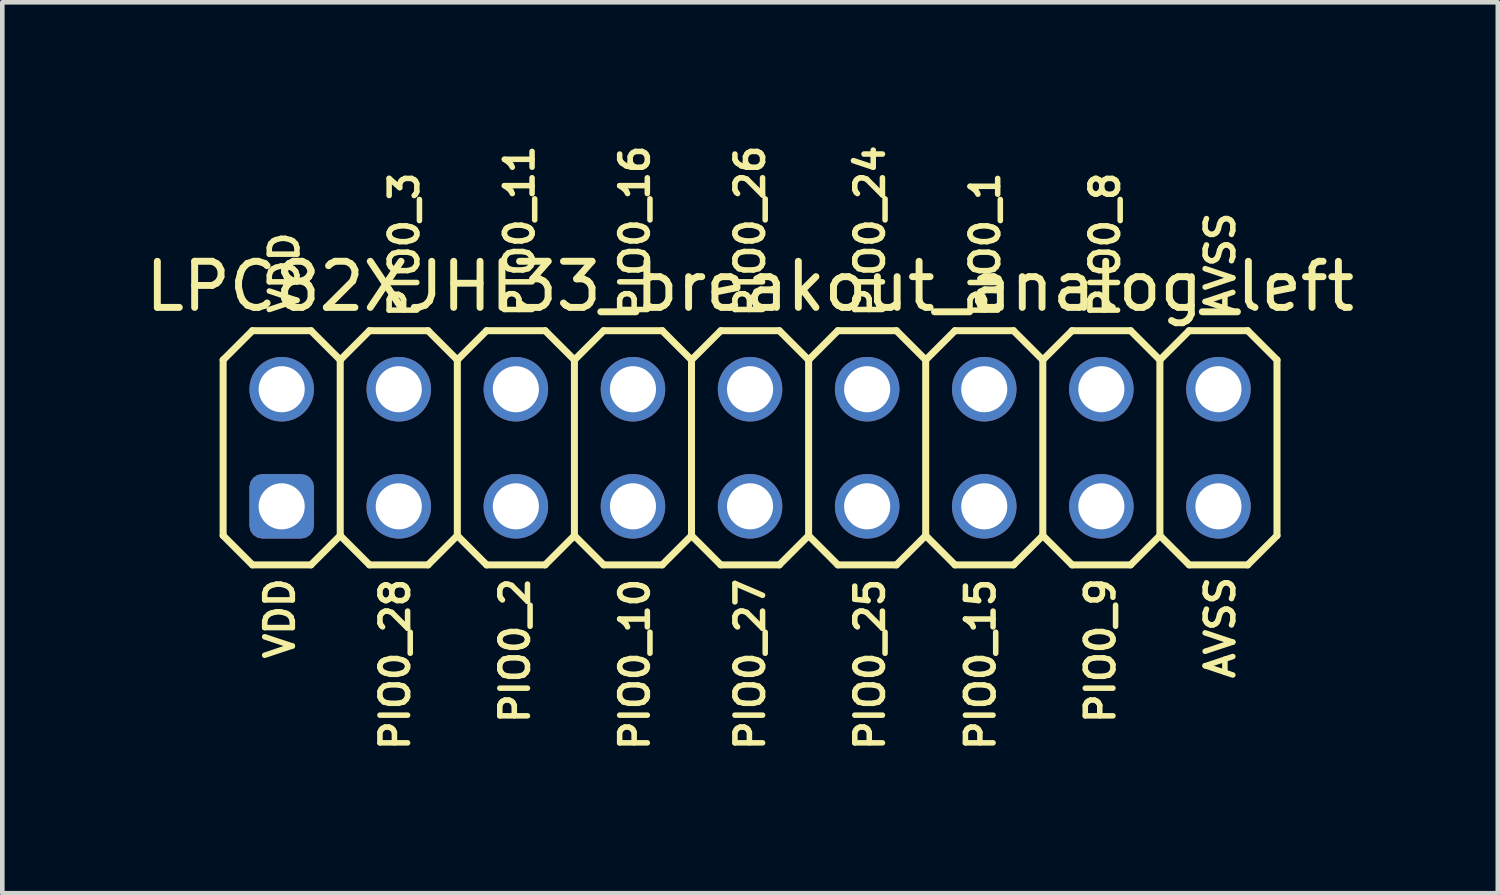
<source format=kicad_pcb>
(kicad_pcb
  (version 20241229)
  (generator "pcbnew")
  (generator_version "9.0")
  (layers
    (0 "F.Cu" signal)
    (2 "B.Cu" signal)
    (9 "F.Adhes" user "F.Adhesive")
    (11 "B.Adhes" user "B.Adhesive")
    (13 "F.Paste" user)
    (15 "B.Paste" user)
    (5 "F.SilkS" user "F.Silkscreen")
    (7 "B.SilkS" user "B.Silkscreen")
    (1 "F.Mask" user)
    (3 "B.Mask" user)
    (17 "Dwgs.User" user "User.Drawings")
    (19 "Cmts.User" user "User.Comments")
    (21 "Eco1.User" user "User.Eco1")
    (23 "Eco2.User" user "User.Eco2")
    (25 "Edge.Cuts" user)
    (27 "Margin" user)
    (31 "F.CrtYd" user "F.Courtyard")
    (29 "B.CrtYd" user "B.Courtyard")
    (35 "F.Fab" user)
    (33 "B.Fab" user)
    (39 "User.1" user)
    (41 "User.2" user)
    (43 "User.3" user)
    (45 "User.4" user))
  (footprint "LPC82XJHI33_breakout_analog_left"
    (layer "F.Cu")
    (at 13.22 6.663)
    (property "Reference" "LPC82XJHI33_breakout_analog_left" (at 0 -3.5 0) (layer "F.SilkS") (effects (font (size 1 1) (thickness 0.15))))
    (attr exclude_from_pos_files exclude_from_bom)
    (fp_line (start -11.43 -1.905) (end -10.795 -2.54) (stroke (width 0.152) (type solid)) (layer "F.SilkS"))
    (fp_line (start -11.43 1.905) (end -11.43 -1.905) (stroke (width 0.152) (type solid)) (layer "F.SilkS"))
    (fp_line (start -11.43 1.905) (end -10.795 2.54) (stroke (width 0.152) (type solid)) (layer "F.SilkS"))
    (fp_line (start -10.795 -2.54) (end -9.525 -2.54) (stroke (width 0.152) (type solid)) (layer "F.SilkS"))
    (fp_line (start -10.795 2.54) (end -9.525 2.54) (stroke (width 0.152) (type solid)) (layer "F.SilkS"))
    (fp_line (start -9.525 -2.54) (end -8.89 -1.905) (stroke (width 0.152) (type solid)) (layer "F.SilkS"))
    (fp_line (start -9.525 2.54) (end -8.89 1.905) (stroke (width 0.152) (type solid)) (layer "F.SilkS"))
    (fp_line (start -8.89 -1.905) (end -8.89 1.905) (stroke (width 0.152) (type solid)) (layer "F.SilkS"))
    (fp_line (start -8.89 -1.905) (end -8.255 -2.54) (stroke (width 0.152) (type solid)) (layer "F.SilkS"))
    (fp_line (start -8.89 1.905) (end -8.255 2.54) (stroke (width 0.152) (type solid)) (layer "F.SilkS"))
    (fp_line (start -8.255 -2.54) (end -6.985 -2.54) (stroke (width 0.152) (type solid)) (layer "F.SilkS"))
    (fp_line (start -8.255 2.54) (end -6.985 2.54) (stroke (width 0.152) (type solid)) (layer "F.SilkS"))
    (fp_line (start -6.985 -2.54) (end -6.35 -1.905) (stroke (width 0.152) (type solid)) (layer "F.SilkS"))
    (fp_line (start -6.985 2.54) (end -6.35 1.905) (stroke (width 0.152) (type solid)) (layer "F.SilkS"))
    (fp_line (start -6.35 -1.905) (end -6.35 1.905) (stroke (width 0.152) (type solid)) (layer "F.SilkS"))
    (fp_line (start -6.35 -1.905) (end -5.715 -2.54) (stroke (width 0.152) (type solid)) (layer "F.SilkS"))
    (fp_line (start -6.35 1.905) (end -5.715 2.54) (stroke (width 0.152) (type solid)) (layer "F.SilkS"))
    (fp_line (start -5.715 -2.54) (end -4.445 -2.54) (stroke (width 0.152) (type solid)) (layer "F.SilkS"))
    (fp_line (start -5.715 2.54) (end -4.445 2.54) (stroke (width 0.152) (type solid)) (layer "F.SilkS"))
    (fp_line (start -4.445 -2.54) (end -3.81 -1.905) (stroke (width 0.152) (type solid)) (layer "F.SilkS"))
    (fp_line (start -4.445 2.54) (end -3.81 1.905) (stroke (width 0.152) (type solid)) (layer "F.SilkS"))
    (fp_line (start -3.81 -1.905) (end -3.81 1.905) (stroke (width 0.152) (type solid)) (layer "F.SilkS"))
    (fp_line (start -3.81 -1.905) (end -3.175 -2.54) (stroke (width 0.152) (type solid)) (layer "F.SilkS"))
    (fp_line (start -3.81 1.905) (end -3.175 2.54) (stroke (width 0.152) (type solid)) (layer "F.SilkS"))
    (fp_line (start -3.175 -2.54) (end -1.905 -2.54) (stroke (width 0.152) (type solid)) (layer "F.SilkS"))
    (fp_line (start -3.175 2.54) (end -1.905 2.54) (stroke (width 0.152) (type solid)) (layer "F.SilkS"))
    (fp_line (start -1.905 -2.54) (end -1.27 -1.905) (stroke (width 0.152) (type solid)) (layer "F.SilkS"))
    (fp_line (start -1.905 2.54) (end -1.27 1.905) (stroke (width 0.152) (type solid)) (layer "F.SilkS"))
    (fp_line (start -1.27 -1.905) (end -1.27 1.905) (stroke (width 0.152) (type solid)) (layer "F.SilkS"))
    (fp_line (start -1.27 -1.905) (end -0.635 -2.54) (stroke (width 0.152) (type solid)) (layer "F.SilkS"))
    (fp_line (start -1.27 1.905) (end -0.635 2.54) (stroke (width 0.152) (type solid)) (layer "F.SilkS"))
    (fp_line (start -0.635 -2.54) (end 0.635 -2.54) (stroke (width 0.152) (type solid)) (layer "F.SilkS"))
    (fp_line (start -0.635 2.54) (end 0.635 2.54) (stroke (width 0.152) (type solid)) (layer "F.SilkS"))
    (fp_line (start 0.635 -2.54) (end 1.27 -1.905) (stroke (width 0.152) (type solid)) (layer "F.SilkS"))
    (fp_line (start 0.635 2.54) (end 1.27 1.905) (stroke (width 0.152) (type solid)) (layer "F.SilkS"))
    (fp_line (start 1.27 -1.905) (end 1.27 1.905) (stroke (width 0.152) (type solid)) (layer "F.SilkS"))
    (fp_line (start 1.27 -1.905) (end 1.905 -2.54) (stroke (width 0.152) (type solid)) (layer "F.SilkS"))
    (fp_line (start 1.27 1.905) (end 1.905 2.54) (stroke (width 0.152) (type solid)) (layer "F.SilkS"))
    (fp_line (start 1.905 -2.54) (end 3.175 -2.54) (stroke (width 0.152) (type solid)) (layer "F.SilkS"))
    (fp_line (start 1.905 2.54) (end 3.175 2.54) (stroke (width 0.152) (type solid)) (layer "F.SilkS"))
    (fp_line (start 3.175 -2.54) (end 3.81 -1.905) (stroke (width 0.152) (type solid)) (layer "F.SilkS"))
    (fp_line (start 3.175 2.54) (end 3.81 1.905) (stroke (width 0.152) (type solid)) (layer "F.SilkS"))
    (fp_line (start 3.81 -1.905) (end 3.81 1.905) (stroke (width 0.152) (type solid)) (layer "F.SilkS"))
    (fp_line (start 3.81 -1.905) (end 4.445 -2.54) (stroke (width 0.152) (type solid)) (layer "F.SilkS"))
    (fp_line (start 3.81 1.905) (end 4.445 2.54) (stroke (width 0.152) (type solid)) (layer "F.SilkS"))
    (fp_line (start 4.445 -2.54) (end 5.715 -2.54) (stroke (width 0.152) (type solid)) (layer "F.SilkS"))
    (fp_line (start 4.445 2.54) (end 5.715 2.54) (stroke (width 0.152) (type solid)) (layer "F.SilkS"))
    (fp_line (start 5.715 -2.54) (end 6.35 -1.905) (stroke (width 0.152) (type solid)) (layer "F.SilkS"))
    (fp_line (start 6.35 -1.905) (end 6.35 1.905) (stroke (width 0.152) (type solid)) (layer "F.SilkS"))
    (fp_line (start 6.35 -1.905) (end 6.985 -2.54) (stroke (width 0.152) (type solid)) (layer "F.SilkS"))
    (fp_line (start 6.35 1.905) (end 5.715 2.54) (stroke (width 0.152) (type solid)) (layer "F.SilkS"))
    (fp_line (start 6.35 1.905) (end 6.985 2.54) (stroke (width 0.152) (type solid)) (layer "F.SilkS"))
    (fp_line (start 6.985 -2.54) (end 8.255 -2.54) (stroke (width 0.152) (type solid)) (layer "F.SilkS"))
    (fp_line (start 6.985 2.54) (end 8.255 2.54) (stroke (width 0.152) (type solid)) (layer "F.SilkS"))
    (fp_line (start 8.255 -2.54) (end 8.89 -1.905) (stroke (width 0.152) (type solid)) (layer "F.SilkS"))
    (fp_line (start 8.89 -1.905) (end 8.89 1.905) (stroke (width 0.152) (type solid)) (layer "F.SilkS"))
    (fp_line (start 8.89 -1.905) (end 9.525 -2.54) (stroke (width 0.152) (type solid)) (layer "F.SilkS"))
    (fp_line (start 8.89 1.905) (end 8.255 2.54) (stroke (width 0.152) (type solid)) (layer "F.SilkS"))
    (fp_line (start 8.89 1.905) (end 9.525 2.54) (stroke (width 0.152) (type solid)) (layer "F.SilkS"))
    (fp_line (start 9.525 -2.54) (end 10.795 -2.54) (stroke (width 0.152) (type solid)) (layer "F.SilkS"))
    (fp_line (start 9.525 2.54) (end 10.795 2.54) (stroke (width 0.152) (type solid)) (layer "F.SilkS"))
    (fp_line (start 10.795 -2.54) (end 11.43 -1.905) (stroke (width 0.152) (type solid)) (layer "F.SilkS"))
    (fp_line (start 11.43 -1.905) (end 11.43 1.905) (stroke (width 0.152) (type solid)) (layer "F.SilkS"))
    (fp_line (start 11.43 1.905) (end 10.795 2.54) (stroke (width 0.152) (type solid)) (layer "F.SilkS"))
    (fp_text user "PIO0_27" (at 0 4.7 90) (layer "F.SilkS") (effects (font (size 0.6 0.6) (thickness 0.12))))
    (fp_text user "PIO0_2" (at -5.1 4.4 90) (layer "F.SilkS") (effects (font (size 0.6 0.6) (thickness 0.12))))
    (fp_text user "AVSS" (at 10.2 3.9 90) (layer "F.SilkS") (effects (font (size 0.6 0.6) (thickness 0.12))))
    (fp_text user "PIO0_3" (at -7.5 -4.4 90) (layer "F.SilkS") (effects (font (size 0.6 0.6) (thickness 0.12))))
    (fp_text user "PIO0_10" (at -2.5 4.7 90) (layer "F.SilkS") (effects (font (size 0.6 0.6) (thickness 0.12))))
    (fp_text user "VDD" (at -10.1 -3.8 90) (layer "F.SilkS") (effects (font (size 0.6 0.6) (thickness 0.12))))
    (fp_text user "PIO0_9" (at 7.6 4.4 90) (layer "F.SilkS") (effects (font (size 0.6 0.6) (thickness 0.12))))
    (fp_text user "VDD" (at -10.2 3.7 90) (layer "F.SilkS") (effects (font (size 0.6 0.6) (thickness 0.12))))
    (fp_text user "AVSS" (at 10.2 -4 90) (layer "F.SilkS") (effects (font (size 0.6 0.6) (thickness 0.12))))
    (fp_text user "PIO0_28" (at -7.7 4.7 90) (layer "F.SilkS") (effects (font (size 0.6 0.6) (thickness 0.12))))
    (fp_text user "PIO0_15" (at 5 4.7 90) (layer "F.SilkS") (effects (font (size 0.6 0.6) (thickness 0.12))))
    (fp_text user "PIO0_8" (at 7.7 -4.4 90) (layer "F.SilkS") (effects (font (size 0.6 0.6) (thickness 0.12))))
    (fp_text user "PIO0_26" (at 0 -4.7 90) (layer "F.SilkS") (effects (font (size 0.6 0.6) (thickness 0.12))))
    (fp_text user "PIO0_16" (at -2.5 -4.7 90) (layer "F.SilkS") (effects (font (size 0.6 0.6) (thickness 0.12))))
    (fp_text user "PIO0_1" (at 5.1 -4.4 90) (layer "F.SilkS") (effects (font (size 0.6 0.6) (thickness 0.12))))
    (fp_text user "PIO0_25" (at 2.6 4.7 90) (layer "F.SilkS") (effects (font (size 0.6 0.6) (thickness 0.12))))
    (fp_text user "PIO0_11" (at -5 -4.7 90) (layer "F.SilkS") (effects (font (size 0.6 0.6) (thickness 0.12))))
    (fp_text user "PIO0_24" (at 2.6 -4.7 90) (layer "F.SilkS") (effects (font (size 0.6 0.6) (thickness 0.12))))
    (pad "1" thru_hole roundrect (at -10.16 1.27) (size 1.4 1.4) (drill 1) (layers "*.Cu" "*.Mask") (roundrect_rratio 0.2))
    (pad "2" thru_hole circle (at -10.16 -1.27) (size 1.4 1.4) (drill 1) (layers "*.Cu" "*.Mask"))
    (pad "3" thru_hole circle (at -7.62 1.27) (size 1.4 1.4) (drill 1) (layers "*.Cu" "*.Mask"))
    (pad "4" thru_hole circle (at -7.62 -1.27) (size 1.4 1.4) (drill 1) (layers "*.Cu" "*.Mask"))
    (pad "5" thru_hole circle (at -5.08 1.27) (size 1.4 1.4) (drill 1) (layers "*.Cu" "*.Mask"))
    (pad "6" thru_hole circle (at -5.08 -1.27) (size 1.4 1.4) (drill 1) (layers "*.Cu" "*.Mask"))
    (pad "7" thru_hole circle (at -2.54 1.27) (size 1.4 1.4) (drill 1) (layers "*.Cu" "*.Mask"))
    (pad "8" thru_hole circle (at -2.54 -1.27) (size 1.4 1.4) (drill 1) (layers "*.Cu" "*.Mask"))
    (pad "9" thru_hole circle (at 0 1.27) (size 1.4 1.4) (drill 1) (layers "*.Cu" "*.Mask"))
    (pad "10" thru_hole circle (at 0 -1.27) (size 1.4 1.4) (drill 1) (layers "*.Cu" "*.Mask"))
    (pad "11" thru_hole circle (at 2.54 1.27) (size 1.4 1.4) (drill 1) (layers "*.Cu" "*.Mask"))
    (pad "12" thru_hole circle (at 2.54 -1.27) (size 1.4 1.4) (drill 1) (layers "*.Cu" "*.Mask"))
    (pad "13" thru_hole circle (at 5.08 1.27) (size 1.4 1.4) (drill 1) (layers "*.Cu" "*.Mask"))
    (pad "14" thru_hole circle (at 5.08 -1.27) (size 1.4 1.4) (drill 1) (layers "*.Cu" "*.Mask"))
    (pad "15" thru_hole circle (at 7.62 1.27) (size 1.4 1.4) (drill 1) (layers "*.Cu" "*.Mask"))
    (pad "16" thru_hole circle (at 7.62 -1.27) (size 1.4 1.4) (drill 1) (layers "*.Cu" "*.Mask"))
    (pad "17" thru_hole circle (at 10.16 1.27) (size 1.4 1.4) (drill 1) (layers "*.Cu" "*.Mask"))
    (pad "18" thru_hole circle (at 10.16 -1.27) (size 1.4 1.4) (drill 1) (layers "*.Cu" "*.Mask")))
  (gr_rect
    (start -3 -3)
    (end 29.44 16.326)
    (stroke (width 0.1) (type default))
    (fill no)
    (layer "Edge.Cuts")))
</source>
